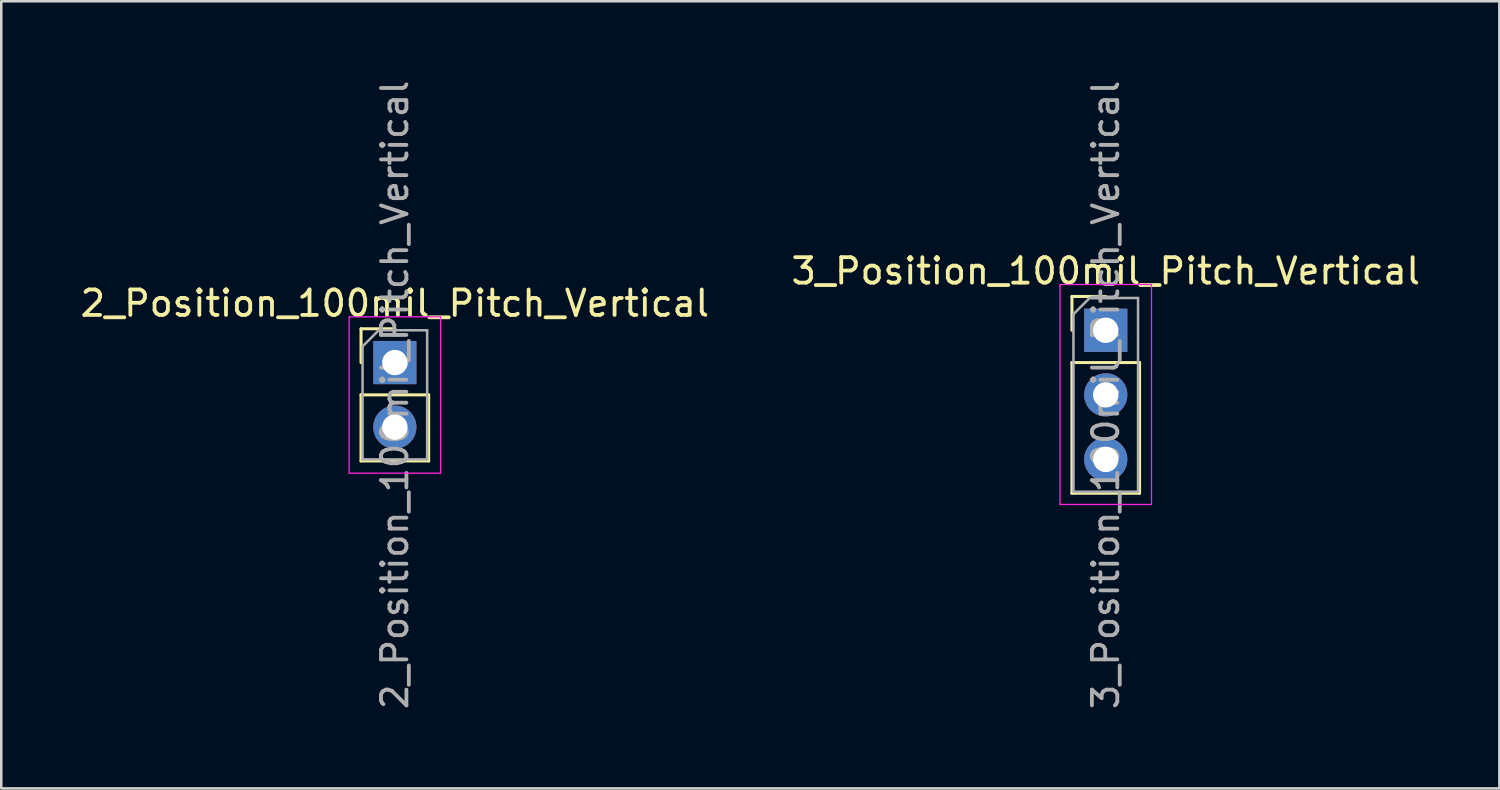
<source format=kicad_pcb>
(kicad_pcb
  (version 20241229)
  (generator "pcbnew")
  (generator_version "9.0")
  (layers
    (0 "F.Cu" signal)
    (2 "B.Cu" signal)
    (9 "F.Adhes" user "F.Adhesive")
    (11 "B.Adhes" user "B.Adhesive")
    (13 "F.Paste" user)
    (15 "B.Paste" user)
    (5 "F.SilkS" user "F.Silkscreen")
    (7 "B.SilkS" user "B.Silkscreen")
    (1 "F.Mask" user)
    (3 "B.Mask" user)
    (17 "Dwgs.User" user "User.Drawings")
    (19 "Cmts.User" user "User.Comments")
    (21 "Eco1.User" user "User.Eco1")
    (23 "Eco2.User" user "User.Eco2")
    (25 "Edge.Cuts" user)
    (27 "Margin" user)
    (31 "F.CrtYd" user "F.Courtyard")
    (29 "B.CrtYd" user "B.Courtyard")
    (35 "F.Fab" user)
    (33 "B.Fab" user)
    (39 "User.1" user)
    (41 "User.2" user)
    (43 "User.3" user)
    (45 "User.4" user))
  (footprint "2_Position_100mil_Pitch_Vertical"
    (layer "F.Cu")
    (at 12.482 11.212)
    (property "Reference" "2_Position_100mil_Pitch_Vertical" (at 0 -2.33 0) (layer "F.SilkS") (effects (font (size 1 1) (thickness 0.15))))
    (attr through_hole)
    (fp_line (start -1.33 -1.33) (end 0 -1.33) (stroke (width 0.12) (type solid)) (layer "F.SilkS"))
    (fp_line (start -1.33 0) (end -1.33 -1.33) (stroke (width 0.12) (type solid)) (layer "F.SilkS"))
    (fp_line (start -1.33 1.27) (end -1.33 3.87) (stroke (width 0.12) (type solid)) (layer "F.SilkS"))
    (fp_line (start -1.33 1.27) (end 1.33 1.27) (stroke (width 0.12) (type solid)) (layer "F.SilkS"))
    (fp_line (start -1.33 3.87) (end 1.33 3.87) (stroke (width 0.12) (type solid)) (layer "F.SilkS"))
    (fp_line (start 1.33 1.27) (end 1.33 3.87) (stroke (width 0.12) (type solid)) (layer "F.SilkS"))
    (fp_line (start -1.8 -1.8) (end -1.8 4.35) (stroke (width 0.05) (type solid)) (layer "F.CrtYd"))
    (fp_line (start -1.8 4.35) (end 1.8 4.35) (stroke (width 0.05) (type solid)) (layer "F.CrtYd"))
    (fp_line (start 1.8 -1.8) (end -1.8 -1.8) (stroke (width 0.05) (type solid)) (layer "F.CrtYd"))
    (fp_line (start 1.8 4.35) (end 1.8 -1.8) (stroke (width 0.05) (type solid)) (layer "F.CrtYd"))
    (fp_line (start -1.27 -0.635) (end -0.635 -1.27) (stroke (width 0.1) (type solid)) (layer "F.Fab"))
    (fp_line (start -1.27 3.81) (end -1.27 -0.635) (stroke (width 0.1) (type solid)) (layer "F.Fab"))
    (fp_line (start -0.635 -1.27) (end 1.27 -1.27) (stroke (width 0.1) (type solid)) (layer "F.Fab"))
    (fp_line (start 1.27 -1.27) (end 1.27 3.81) (stroke (width 0.1) (type solid)) (layer "F.Fab"))
    (fp_line (start 1.27 3.81) (end -1.27 3.81) (stroke (width 0.1) (type solid)) (layer "F.Fab"))
    (fp_text user "${REFERENCE}" (at 0 1.27 90) (layer "F.Fab") (effects (font (size 1 1) (thickness 0.15))))
    (pad "1" thru_hole rect (at 0 0) (size 1.7 1.7) (drill 1) (layers "*.Cu" "*.Mask"))
    (pad "2" thru_hole oval (at 0 2.54) (size 1.7 1.7) (drill 1) (layers "*.Cu" "*.Mask")))
  (footprint "3_Position_100mil_Pitch_Vertical"
    (layer "F.Cu")
    (at 40.446 9.942)
    (property "Reference" "3_Position_100mil_Pitch_Vertical" (at 0 -2.33 0) (layer "F.SilkS") (effects (font (size 1 1) (thickness 0.15))))
    (attr through_hole)
    (fp_line (start -1.33 -1.33) (end 0 -1.33) (stroke (width 0.12) (type solid)) (layer "F.SilkS"))
    (fp_line (start -1.33 0) (end -1.33 -1.33) (stroke (width 0.12) (type solid)) (layer "F.SilkS"))
    (fp_line (start -1.33 1.27) (end -1.33 6.41) (stroke (width 0.12) (type solid)) (layer "F.SilkS"))
    (fp_line (start -1.33 1.27) (end 1.33 1.27) (stroke (width 0.12) (type solid)) (layer "F.SilkS"))
    (fp_line (start -1.33 6.41) (end 1.33 6.41) (stroke (width 0.12) (type solid)) (layer "F.SilkS"))
    (fp_line (start 1.33 1.27) (end 1.33 6.41) (stroke (width 0.12) (type solid)) (layer "F.SilkS"))
    (fp_line (start -1.8 -1.8) (end -1.8 6.85) (stroke (width 0.05) (type solid)) (layer "F.CrtYd"))
    (fp_line (start -1.8 6.85) (end 1.8 6.85) (stroke (width 0.05) (type solid)) (layer "F.CrtYd"))
    (fp_line (start 1.8 -1.8) (end -1.8 -1.8) (stroke (width 0.05) (type solid)) (layer "F.CrtYd"))
    (fp_line (start 1.8 6.85) (end 1.8 -1.8) (stroke (width 0.05) (type solid)) (layer "F.CrtYd"))
    (fp_line (start -1.27 -0.635) (end -0.635 -1.27) (stroke (width 0.1) (type solid)) (layer "F.Fab"))
    (fp_line (start -1.27 6.35) (end -1.27 -0.635) (stroke (width 0.1) (type solid)) (layer "F.Fab"))
    (fp_line (start -0.635 -1.27) (end 1.27 -1.27) (stroke (width 0.1) (type solid)) (layer "F.Fab"))
    (fp_line (start 1.27 -1.27) (end 1.27 6.35) (stroke (width 0.1) (type solid)) (layer "F.Fab"))
    (fp_line (start 1.27 6.35) (end -1.27 6.35) (stroke (width 0.1) (type solid)) (layer "F.Fab"))
    (fp_text user "${REFERENCE}" (at 0 2.54 90) (layer "F.Fab") (effects (font (size 1 1) (thickness 0.15))))
    (pad "1" thru_hole rect (at 0 0) (size 1.7 1.7) (drill 1) (layers "*.Cu" "*.Mask"))
    (pad "2" thru_hole oval (at 0 2.54) (size 1.7 1.7) (drill 1) (layers "*.Cu" "*.Mask"))
    (pad "3" thru_hole oval (at 0 5.08) (size 1.7 1.7) (drill 1) (layers "*.Cu" "*.Mask")))
  (gr_rect
    (start -3 -3)
    (end 55.929 27.964)
    (stroke (width 0.1) (type default))
    (fill no)
    (layer "Edge.Cuts")))
</source>
